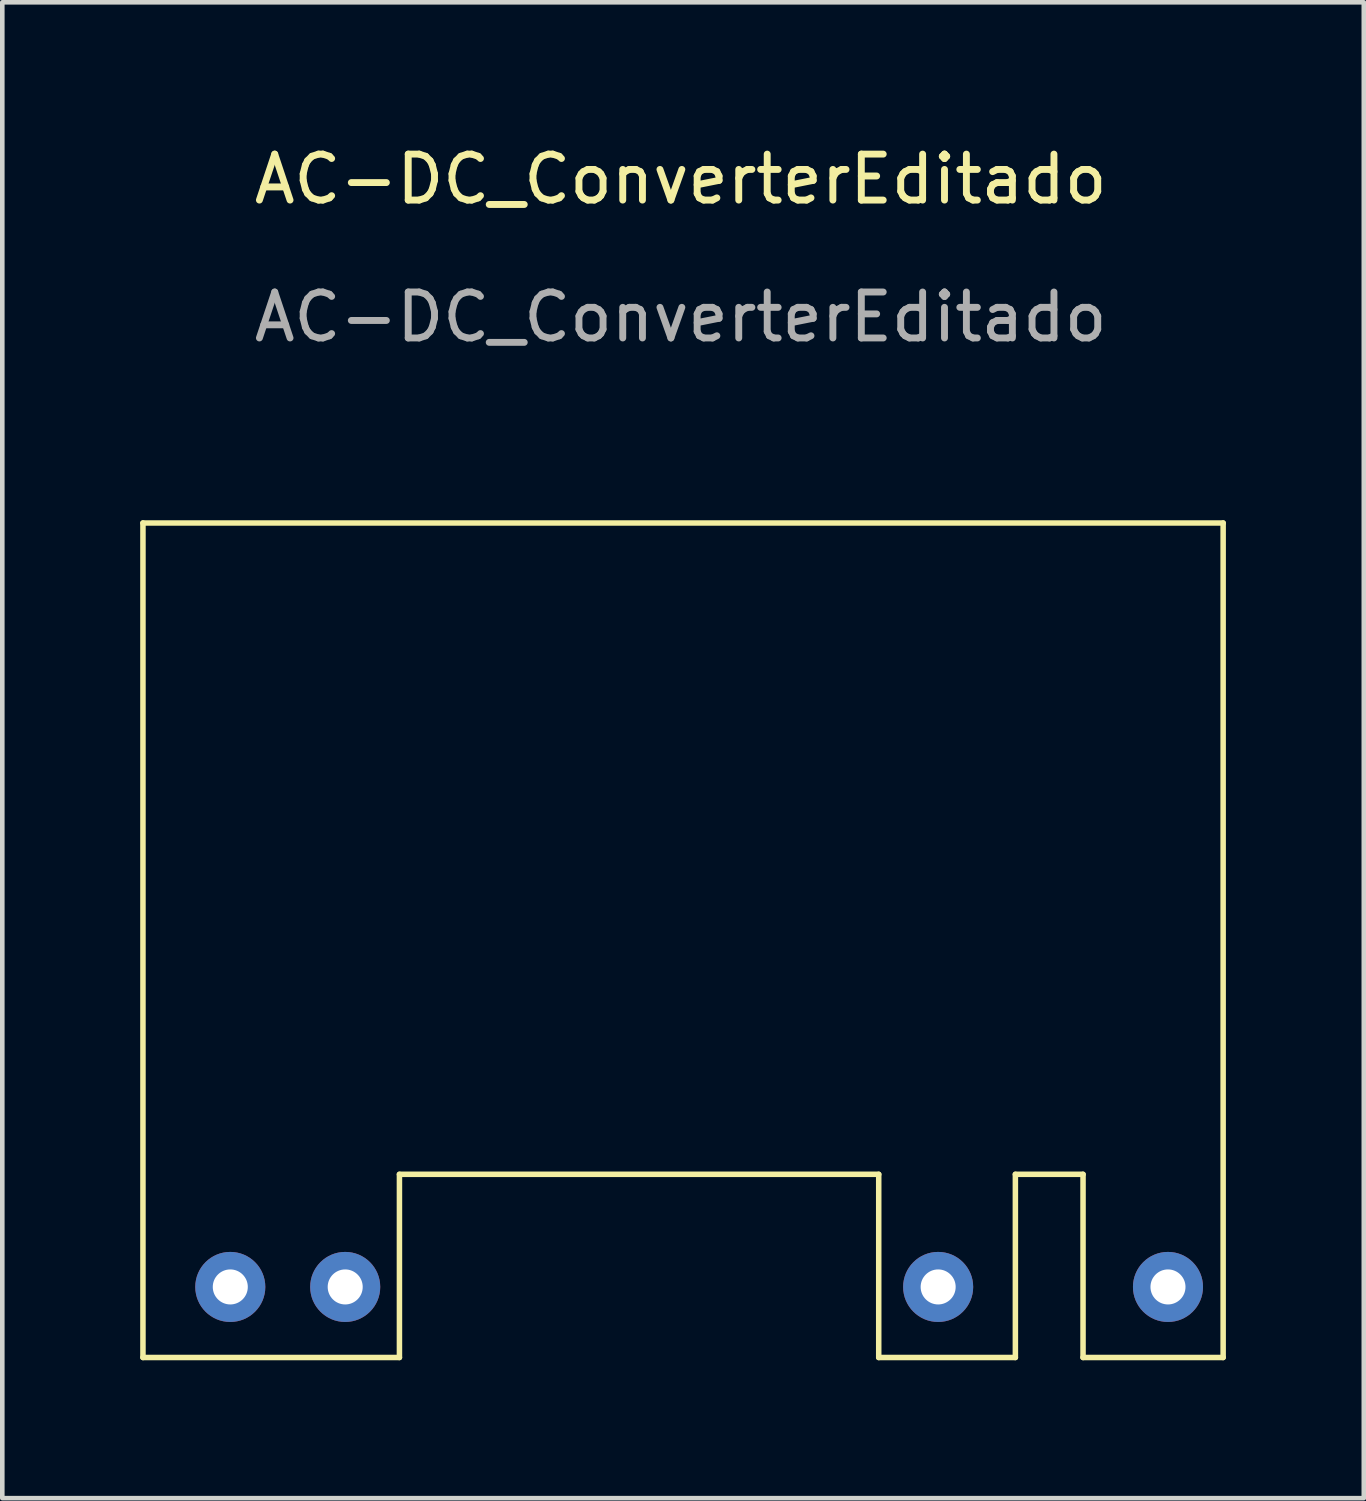
<source format=kicad_pcb>
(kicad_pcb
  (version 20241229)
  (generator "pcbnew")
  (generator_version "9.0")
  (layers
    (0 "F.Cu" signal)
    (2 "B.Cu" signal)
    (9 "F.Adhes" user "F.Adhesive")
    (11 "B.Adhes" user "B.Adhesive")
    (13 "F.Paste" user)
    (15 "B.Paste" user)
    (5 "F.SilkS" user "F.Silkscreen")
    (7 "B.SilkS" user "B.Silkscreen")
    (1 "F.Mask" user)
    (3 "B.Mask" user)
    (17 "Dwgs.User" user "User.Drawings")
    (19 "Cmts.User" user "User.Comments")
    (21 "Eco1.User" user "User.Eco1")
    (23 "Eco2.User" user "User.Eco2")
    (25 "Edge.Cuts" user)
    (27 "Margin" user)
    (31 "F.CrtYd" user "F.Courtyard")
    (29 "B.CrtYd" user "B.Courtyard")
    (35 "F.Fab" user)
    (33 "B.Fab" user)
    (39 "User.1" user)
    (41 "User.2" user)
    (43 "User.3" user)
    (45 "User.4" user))
  (footprint "AC-DC_ConverterEditado"
    (layer "F.Cu")
    (at 11.56 15.948)
    (property "Reference" "AC-DC_ConverterEditado" (at 0.2 -15.1 0) (unlocked yes) (layer "F.SilkS") (effects (font (size 1 1) (thickness 0.15))))
    (attr through_hole)
    (fp_line (start -11.5 -7.62) (end -11.5 10.535) (stroke (width 0.12) (type solid)) (layer "F.SilkS"))
    (fp_line (start -11.5 -7.62) (end 12 -7.62) (stroke (width 0.12) (type solid)) (layer "F.SilkS"))
    (fp_line (start -11.5 10.535) (end -5.92 10.535) (stroke (width 0.12) (type solid)) (layer "F.SilkS"))
    (fp_line (start -5.92 6.55) (end -5.92 10.535) (stroke (width 0.12) (type solid)) (layer "F.SilkS"))
    (fp_line (start 4.507 6.55) (end -5.92 6.55) (stroke (width 0.12) (type solid)) (layer "F.SilkS"))
    (fp_line (start 4.507 10.535) (end 4.507 6.55) (stroke (width 0.12) (type solid)) (layer "F.SilkS"))
    (fp_line (start 7.48 6.55) (end 7.48 10.535) (stroke (width 0.12) (type solid)) (layer "F.SilkS"))
    (fp_line (start 7.48 10.535) (end 4.507 10.535) (stroke (width 0.12) (type solid)) (layer "F.SilkS"))
    (fp_line (start 8.952 6.55) (end 7.48 6.55) (stroke (width 0.12) (type solid)) (layer "F.SilkS"))
    (fp_line (start 8.952 10.535) (end 8.952 6.55) (stroke (width 0.12) (type solid)) (layer "F.SilkS"))
    (fp_line (start 12 -7.62) (end 12 10.535) (stroke (width 0.12) (type solid)) (layer "F.SilkS"))
    (fp_line (start 12 10.535) (end 8.952 10.535) (stroke (width 0.12) (type solid)) (layer "F.SilkS"))
    (fp_text user "${REFERENCE}" (at 0.2 -12.1 0) (unlocked yes) (layer "F.Fab") (effects (font (size 1 1) (thickness 0.15))))
    (pad "1" thru_hole circle (at -9.6 9) (size 1.524 1.524) (drill 0.762) (layers "*.Cu" "*.Mask"))
    (pad "2" thru_hole circle (at -7.1 9) (size 1.524 1.524) (drill 0.762) (layers "*.Cu" "*.Mask"))
    (pad "3" thru_hole circle (at 5.8 9) (size 1.524 1.524) (drill 0.762) (layers "*.Cu" "*.Mask"))
    (pad "4" thru_hole circle (at 10.8 9) (size 1.524 1.524) (drill 0.762) (layers "*.Cu" "*.Mask")))
  (gr_rect
    (start -3 -3)
    (end 26.62 29.543)
    (stroke (width 0.1) (type default))
    (fill no)
    (layer "Edge.Cuts")))
</source>
